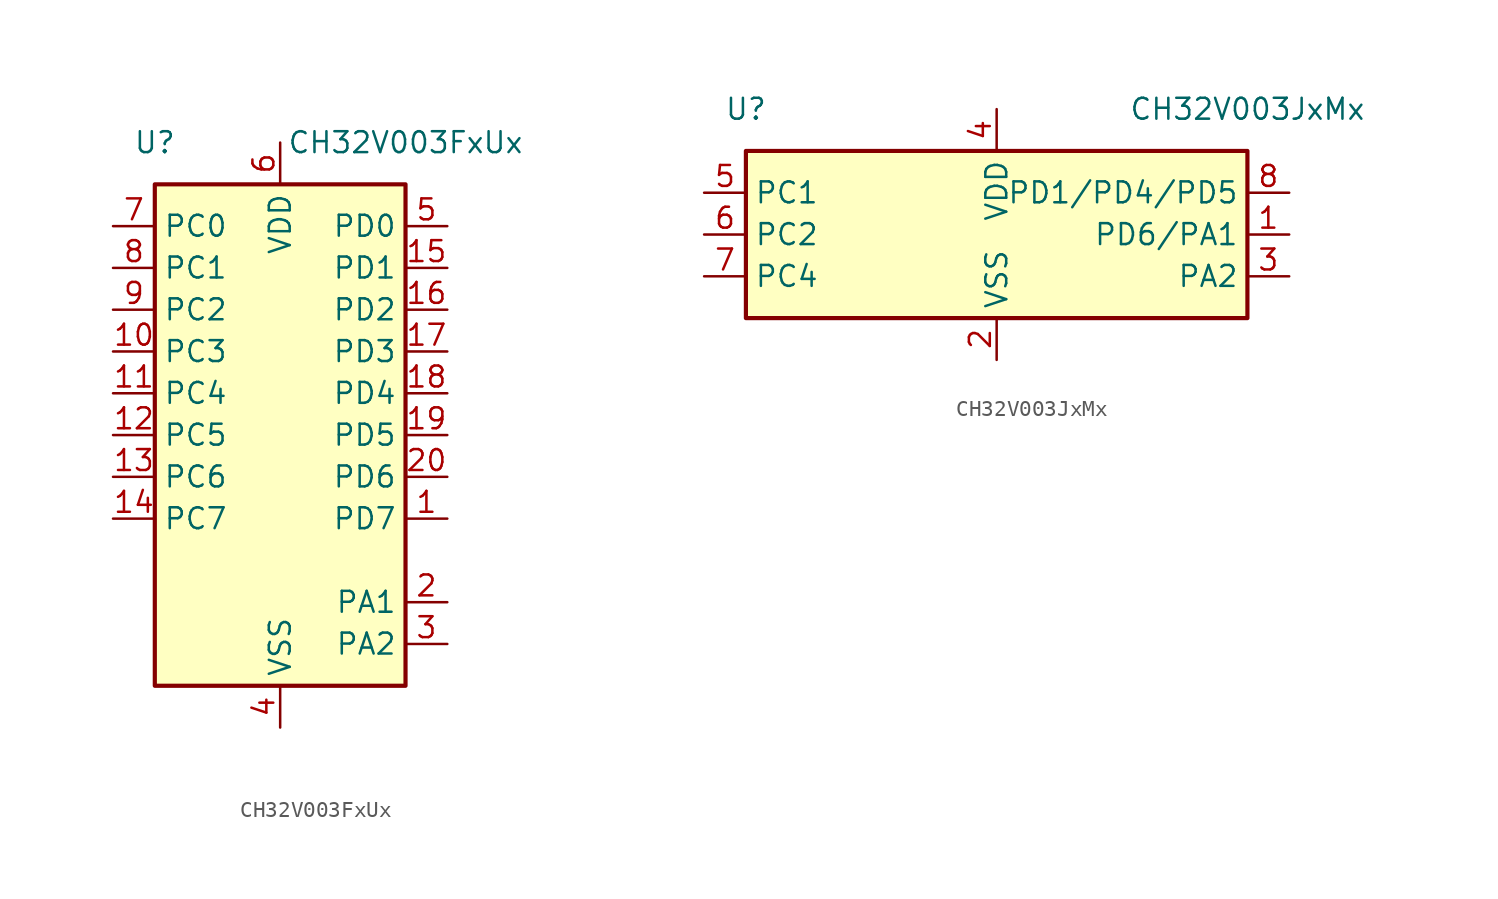
<source format=kicad_sym>
(kicad_symbol_lib
  (version 20241209)
  (generator "kicad_symbol_editor")
  (generator_version "9.0")
  (symbol "CH32V003FxUx"
    (property "Reference" "U"
      (at -7.62 17.78 0)
      (effects (font (size 1.27 1.27))))
    (property "Value" "CH32V003FxUx"
      (at 7.62 17.78 0)
      (effects (font (size 1.27 1.27))))
    (symbol "CH32V003FxUx_1_1"
      (rectangle (start -7.62 15.24) (end 7.62 -15.24) (stroke (width 0.254) (type default)) (fill (type background)))
      (pin bidirectional line (at -10.16 12.7 0) (length 2.54) (name "PC0" (effects (font (size 1.27 1.27)))) (number "7" (effects (font (size 1.27 1.27)))) (alternate "NSS_1" bidirectional line) (alternate "T1CH3_1" bidirectional line) (alternate "T2CH3" bidirectional line) (alternate "T2CH3_2" bidirectional line) (alternate "UTX_3" bidirectional line))
      (pin bidirectional line (at -10.16 10.16 0) (length 2.54) (name "PC1" (effects (font (size 1.27 1.27)))) (number "8" (effects (font (size 1.27 1.27)))) (alternate "NSS" bidirectional line) (alternate "SDA" bidirectional line) (alternate "T1BKIN_1" bidirectional line) (alternate "T1BKIN_3" bidirectional line) (alternate "T2CH1ETR_2" bidirectional line) (alternate "T2CH1ETR_3" bidirectional line) (alternate "T2CH4_1" bidirectional line) (alternate "URX_3" bidirectional line))
      (pin bidirectional line (at -10.16 7.62 0) (length 2.54) (name "PC2" (effects (font (size 1.27 1.27)))) (number "9" (effects (font (size 1.27 1.27)))) (alternate "AETR_1" bidirectional line) (alternate "SCL" bidirectional line) (alternate "T1BKIN" bidirectional line) (alternate "T1BKIN_2" bidirectional line) (alternate "T1ETR_3" bidirectional line) (alternate "T2CH2_1" bidirectional line) (alternate "URTS" bidirectional line) (alternate "URTS_1" bidirectional line))
      (pin bidirectional line (at -10.16 5.08 0) (length 2.54) (name "PC3" (effects (font (size 1.27 1.27)))) (number "10" (effects (font (size 1.27 1.27)))) (alternate "T1CH1N_1" bidirectional line) (alternate "T1CH1N_3" bidirectional line) (alternate "T1CH3" bidirectional line) (alternate "T1CH3_2" bidirectional line) (alternate "UCTS_1" bidirectional line))
      (pin bidirectional line (at -10.16 2.54 0) (length 2.54) (name "PC4" (effects (font (size 1.27 1.27)))) (number "11" (effects (font (size 1.27 1.27)))) (alternate "A2" bidirectional line) (alternate "MCO" bidirectional line) (alternate "T1CH1_3" bidirectional line) (alternate "T1CH2N_1" bidirectional line) (alternate "T1CH4" bidirectional line) (alternate "T1CH4_2" bidirectional line))
      (pin bidirectional line (at -10.16 0 0) (length 2.54) (name "PC5" (effects (font (size 1.27 1.27)))) (number "12" (effects (font (size 1.27 1.27)))) (alternate "SCK" bidirectional line) (alternate "SCK_1" bidirectional line) (alternate "SCL_2" bidirectional line) (alternate "SCL_3" bidirectional line) (alternate "T1CH3_3" bidirectional line) (alternate "T1ETR" bidirectional line) (alternate "T1ETR_1" bidirectional line) (alternate "T2CH1ETR_1" bidirectional line) (alternate "UCK_3" bidirectional line))
      (pin bidirectional line (at -10.16 -2.54 0) (length 2.54) (name "PC6" (effects (font (size 1.27 1.27)))) (number "13" (effects (font (size 1.27 1.27)))) (alternate "MOSI" bidirectional line) (alternate "MOSI_1" bidirectional line) (alternate "SDA_2" bidirectional line) (alternate "SDA_3" bidirectional line) (alternate "T1CH1_1" bidirectional line) (alternate "T1CH3N_3" bidirectional line) (alternate "UCTS_2" bidirectional line) (alternate "UCTS_3" bidirectional line))
      (pin bidirectional line (at -10.16 -5.08 0) (length 2.54) (name "PC7" (effects (font (size 1.27 1.27)))) (number "14" (effects (font (size 1.27 1.27)))) (alternate "MISO" bidirectional line) (alternate "MISO_1" bidirectional line) (alternate "T1CH2_1" bidirectional line) (alternate "T1CH2_3" bidirectional line) (alternate "T2CH2_3" bidirectional line) (alternate "URTS_2" bidirectional line) (alternate "URTS_3" bidirectional line))
      (pin power_in line (at 0 17.78 270) (length 2.54) (name "VDD" (effects (font (size 1.27 1.27)))) (number "6" (effects (font (size 1.27 1.27)))))
      (pin passive line (at 0 -17.78 90) (length 2.54) (hide yes) (name "VSS" (effects (font (size 1.27 1.27)))) (number "21" (effects (font (size 1.27 1.27)))))
      (pin power_in line (at 0 -17.78 90) (length 2.54) (name "VSS" (effects (font (size 1.27 1.27)))) (number "4" (effects (font (size 1.27 1.27)))))
      (pin bidirectional line (at 10.16 12.7 180) (length 2.54) (name "PD0" (effects (font (size 1.27 1.27)))) (number "5" (effects (font (size 1.27 1.27)))) (alternate "OPN1" bidirectional line) (alternate "SDA_1" bidirectional line) (alternate "TICH1N" bidirectional line) (alternate "TICH1N_2" bidirectional line) (alternate "UTX_1" bidirectional line))
      (pin bidirectional line (at 10.16 10.16 180) (length 2.54) (name "PD1" (effects (font (size 1.27 1.27)))) (number "15" (effects (font (size 1.27 1.27)))) (alternate "AETR2" bidirectional line) (alternate "SCL_1" bidirectional line) (alternate "SWIO" bidirectional line) (alternate "T1CH3N" bidirectional line) (alternate "T1CH3N_1" bidirectional line) (alternate "T1CH3N_2" bidirectional line) (alternate "URX_1" bidirectional line))
      (pin bidirectional line (at 10.16 7.62 180) (length 2.54) (name "PD2" (effects (font (size 1.27 1.27)))) (number "16" (effects (font (size 1.27 1.27)))) (alternate "A3" bidirectional line) (alternate "T1CH1" bidirectional line) (alternate "T1CH1_2" bidirectional line) (alternate "T1CH2N_3" bidirectional line) (alternate "T2CH3_1" bidirectional line))
      (pin bidirectional line (at 10.16 5.08 180) (length 2.54) (name "PD3" (effects (font (size 1.27 1.27)))) (number "17" (effects (font (size 1.27 1.27)))) (alternate "A4" bidirectional line) (alternate "AETR" bidirectional line) (alternate "T1CH4_1" bidirectional line) (alternate "T2CH2" bidirectional line) (alternate "T2CH2_2" bidirectional line) (alternate "UCTS" bidirectional line))
      (pin bidirectional line (at 10.16 2.54 180) (length 2.54) (name "PD4" (effects (font (size 1.27 1.27)))) (number "18" (effects (font (size 1.27 1.27)))) (alternate "A7" bidirectional line) (alternate "OPO" bidirectional line) (alternate "T1CH4_3" bidirectional line) (alternate "T2CH1ETR" bidirectional line) (alternate "TIETR_2" bidirectional line) (alternate "UCK" bidirectional line))
      (pin bidirectional line (at 10.16 0 180) (length 2.54) (name "PD5" (effects (font (size 1.27 1.27)))) (number "19" (effects (font (size 1.27 1.27)))) (alternate "A5" bidirectional line) (alternate "T2CH4_3" bidirectional line) (alternate "URX_2" bidirectional line) (alternate "UTX" bidirectional line))
      (pin bidirectional line (at 10.16 -2.54 180) (length 2.54) (name "PD6" (effects (font (size 1.27 1.27)))) (number "20" (effects (font (size 1.27 1.27)))) (alternate "A6" bidirectional line) (alternate "T2CH3_3" bidirectional line) (alternate "URX" bidirectional line) (alternate "UTX_2" bidirectional line))
      (pin bidirectional line (at 10.16 -5.08 180) (length 2.54) (name "PD7" (effects (font (size 1.27 1.27)))) (number "1" (effects (font (size 1.27 1.27)))) (alternate "NRST" bidirectional line) (alternate "OPP1" bidirectional line) (alternate "T2CH4" bidirectional line) (alternate "T2CH4_2" bidirectional line) (alternate "UCK_1" bidirectional line) (alternate "UCK_2" bidirectional line))
      (pin bidirectional line (at 10.16 -10.16 180) (length 2.54) (name "PA1" (effects (font (size 1.27 1.27)))) (number "2" (effects (font (size 1.27 1.27)))) (alternate "A1" bidirectional line) (alternate "OPN0" bidirectional line) (alternate "OSCI" bidirectional line) (alternate "T1CH2" bidirectional line) (alternate "T1CH2_2" bidirectional line))
      (pin bidirectional line (at 10.16 -12.7 180) (length 2.54) (name "PA2" (effects (font (size 1.27 1.27)))) (number "3" (effects (font (size 1.27 1.27)))) (alternate "A0" bidirectional line) (alternate "AETR2_1" bidirectional line) (alternate "OPP0" bidirectional line) (alternate "OSCO" bidirectional line) (alternate "TICH2N" bidirectional line) (alternate "TICH2N_2" bidirectional line))))
  (symbol "CH32V003JxMx"
    (property "Reference" "U"
      (at -15.24 7.62 0)
      (effects (font (size 1.27 1.27))))
    (property "Value" "CH32V003JxMx"
      (at 15.24 7.62 0)
      (effects (font (size 1.27 1.27))))
    (symbol "CH32V003JxMx_1_1"
      (rectangle (start -15.24 5.08) (end 15.24 -5.08) (stroke (width 0.254) (type default)) (fill (type background)))
      (pin bidirectional line (at -17.78 2.54 0) (length 2.54) (name "PC1" (effects (font (size 1.27 1.27)))) (number "5" (effects (font (size 1.27 1.27)))) (alternate "NSS" bidirectional line) (alternate "SDA" bidirectional line) (alternate "T1BKIN_1" bidirectional line) (alternate "T1BKIN_3" bidirectional line) (alternate "T2CH1ETR_2" bidirectional line) (alternate "T2CH1ETR_3" bidirectional line) (alternate "T2CH4_1" bidirectional line) (alternate "URX_3" bidirectional line))
      (pin bidirectional line (at -17.78 0 0) (length 2.54) (name "PC2" (effects (font (size 1.27 1.27)))) (number "6" (effects (font (size 1.27 1.27)))) (alternate "AETR_1" bidirectional line) (alternate "SCL" bidirectional line) (alternate "T1BKIN" bidirectional line) (alternate "T1BKIN_2" bidirectional line) (alternate "T1ETR_3" bidirectional line) (alternate "T2CH2_1" bidirectional line) (alternate "URTS" bidirectional line) (alternate "URTS_1" bidirectional line))
      (pin bidirectional line (at -17.78 -2.54 0) (length 2.54) (name "PC4" (effects (font (size 1.27 1.27)))) (number "7" (effects (font (size 1.27 1.27)))) (alternate "A2" bidirectional line) (alternate "MCO" bidirectional line) (alternate "T1CH1_3" bidirectional line) (alternate "T1CH2N_1" bidirectional line) (alternate "T1CH4" bidirectional line) (alternate "T1CH4_2" bidirectional line))
      (pin power_in line (at 0 7.62 270) (length 2.54) (name "VDD" (effects (font (size 1.27 1.27)))) (number "4" (effects (font (size 1.27 1.27)))))
      (pin power_in line (at 0 -7.62 90) (length 2.54) (name "VSS" (effects (font (size 1.27 1.27)))) (number "2" (effects (font (size 1.27 1.27)))))
      (pin bidirectional line (at 17.78 2.54 180) (length 2.54) (name "PD1/PD4/PD5" (effects (font (size 1.27 1.27)))) (number "8" (effects (font (size 1.27 1.27)))) (alternate "A5" bidirectional line) (alternate "A7" bidirectional line) (alternate "AETR2" bidirectional line) (alternate "OPO" bidirectional line) (alternate "SCL_1" bidirectional line) (alternate "SWIO" bidirectional line) (alternate "T1CH3N" bidirectional line) (alternate "T1CH3N_1" bidirectional line) (alternate "T1CH3N_2" bidirectional line) (alternate "T1CH4_3" bidirectional line) (alternate "T2CH1ETR" bidirectional line) (alternate "T2CH4_3" bidirectional line) (alternate "TIETR_2" bidirectional line) (alternate "UCK" bidirectional line) (alternate "URX_1" bidirectional line) (alternate "URX_2" bidirectional line) (alternate "UTX" bidirectional line))
      (pin bidirectional line (at 17.78 0 180) (length 2.54) (name "PD6/PA1" (effects (font (size 1.27 1.27)))) (number "1" (effects (font (size 1.27 1.27)))) (alternate "A1" bidirectional line) (alternate "A6" bidirectional line) (alternate "OPN0" bidirectional line) (alternate "OSCI" bidirectional line) (alternate "T1CH2" bidirectional line) (alternate "T1CH2_2" bidirectional line) (alternate "T2CH3_3" bidirectional line) (alternate "URX" bidirectional line) (alternate "UTX_2" bidirectional line))
      (pin bidirectional line (at 17.78 -2.54 180) (length 2.54) (name "PA2" (effects (font (size 1.27 1.27)))) (number "3" (effects (font (size 1.27 1.27)))) (alternate "A0" bidirectional line) (alternate "AETR2_1" bidirectional line) (alternate "OPP0" bidirectional line) (alternate "OSCO" bidirectional line) (alternate "TICH2N" bidirectional line) (alternate "TICH2N_2" bidirectional line)))))
</source>
